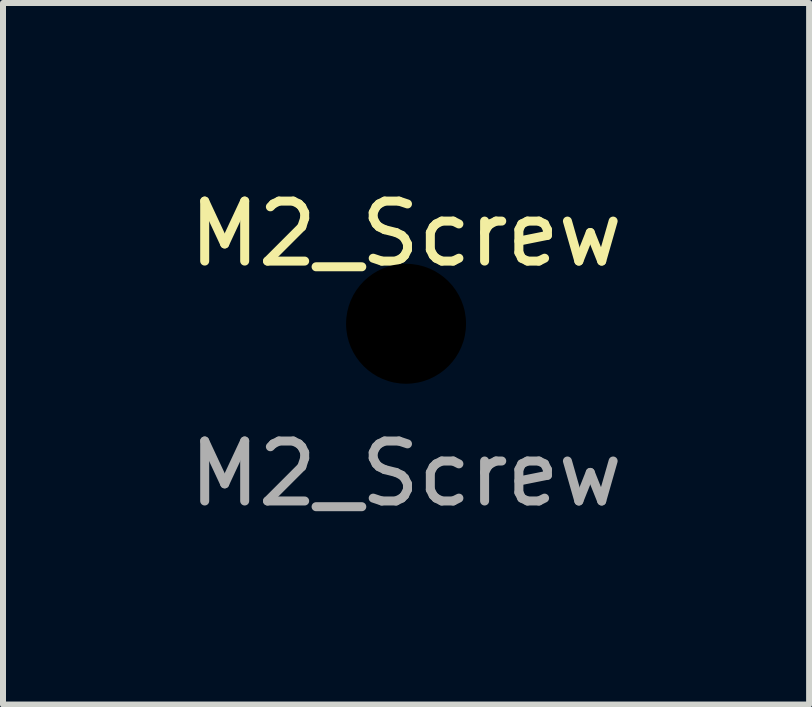
<source format=kicad_pcb>
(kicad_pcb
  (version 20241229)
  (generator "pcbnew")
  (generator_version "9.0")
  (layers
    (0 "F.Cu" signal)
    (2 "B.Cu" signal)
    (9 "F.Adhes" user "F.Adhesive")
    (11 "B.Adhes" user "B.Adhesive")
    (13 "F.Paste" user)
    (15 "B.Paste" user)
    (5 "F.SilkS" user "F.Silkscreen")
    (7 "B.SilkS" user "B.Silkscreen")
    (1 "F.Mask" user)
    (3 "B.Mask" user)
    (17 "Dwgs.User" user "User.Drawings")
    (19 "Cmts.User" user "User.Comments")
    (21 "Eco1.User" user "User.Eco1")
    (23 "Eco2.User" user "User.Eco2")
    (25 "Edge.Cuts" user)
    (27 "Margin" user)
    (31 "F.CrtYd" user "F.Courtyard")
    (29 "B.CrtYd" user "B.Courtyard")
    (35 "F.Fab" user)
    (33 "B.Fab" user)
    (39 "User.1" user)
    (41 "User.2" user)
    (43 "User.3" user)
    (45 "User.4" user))
  (footprint "M2_Screw"
    (layer "F.Cu")
    (at 3.72 2.348)
    (property "Reference" "M2_Screw" (at 0 -1.5 0) (unlocked yes) (layer "F.SilkS") (effects (font (size 1 1) (thickness 0.15))))
    (attr smd)
    (fp_text user "${REFERENCE}" (at 0 2.5 0) (unlocked yes) (layer "F.Fab") (effects (font (size 1 1) (thickness 0.15))))
    (pad "" np_thru_hole circle (at 0 0) (size 2 2) (drill 2) (layers "*.Mask")))
  (gr_rect
    (start -3 -3)
    (end 10.44 8.697)
    (stroke (width 0.1) (type default))
    (fill no)
    (layer "Edge.Cuts")))
</source>
